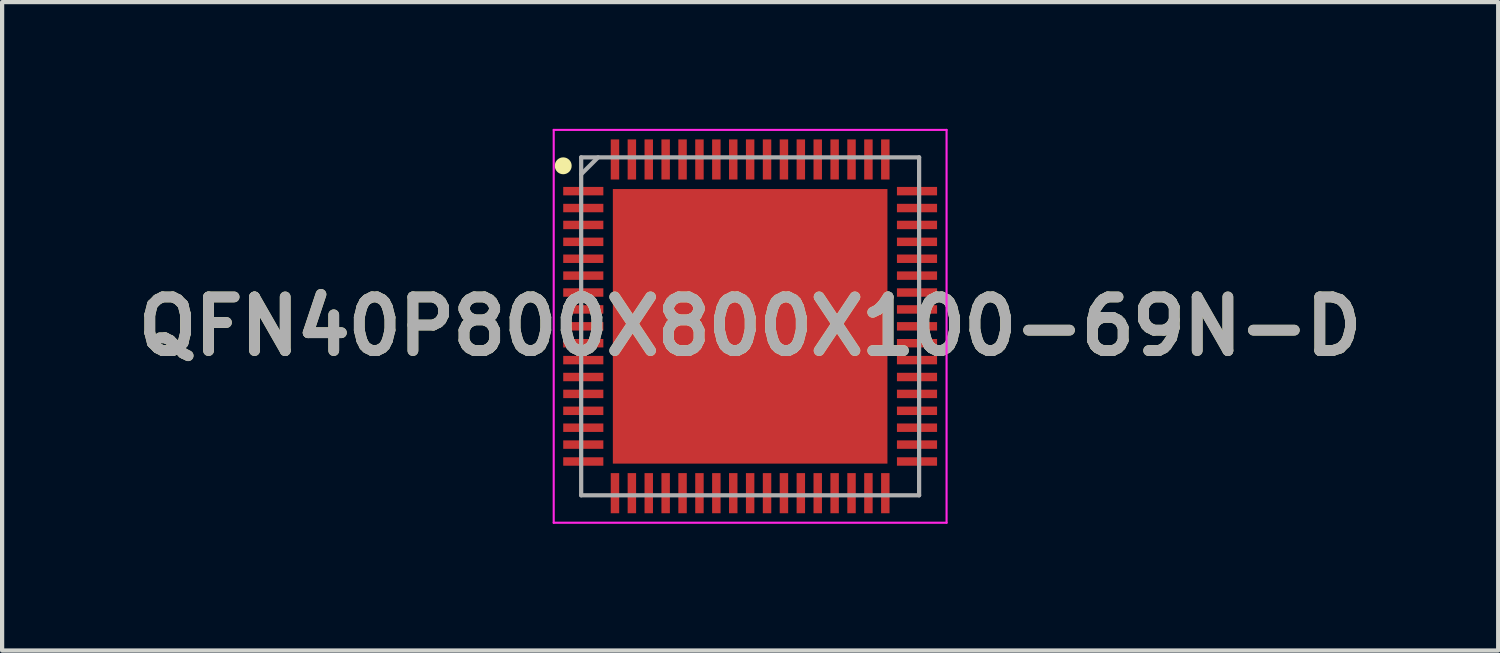
<source format=kicad_pcb>
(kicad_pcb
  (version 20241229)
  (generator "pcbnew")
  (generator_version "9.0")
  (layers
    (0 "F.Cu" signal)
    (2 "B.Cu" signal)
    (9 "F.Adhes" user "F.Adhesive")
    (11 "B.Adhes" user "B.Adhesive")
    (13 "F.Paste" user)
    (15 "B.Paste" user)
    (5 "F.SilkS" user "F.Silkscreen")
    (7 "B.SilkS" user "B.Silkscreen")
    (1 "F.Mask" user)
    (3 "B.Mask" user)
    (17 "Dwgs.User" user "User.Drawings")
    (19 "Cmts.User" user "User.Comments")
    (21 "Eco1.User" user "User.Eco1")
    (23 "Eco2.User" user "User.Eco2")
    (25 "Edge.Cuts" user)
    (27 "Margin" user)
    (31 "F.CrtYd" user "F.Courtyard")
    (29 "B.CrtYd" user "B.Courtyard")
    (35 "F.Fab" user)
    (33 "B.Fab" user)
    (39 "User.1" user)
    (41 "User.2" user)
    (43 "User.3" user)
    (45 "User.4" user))
  (footprint "QFN40P800X800X100-69N-D"
    (layer "F.Cu")
    (at 14.708 4.675)
    (property "Reference" "QFN40P800X800X100-69N-D" (at 0 0 0) (layer "F.SilkS") (effects (font (size 1.27 1.27) (thickness 0.254))))
    (attr smd)
    (fp_circle (center -4.425 -3.8) (end -4.425 -3.7) (stroke (width 0.2) (type solid)) (fill no) (layer "F.SilkS"))
    (fp_line (start -4.65 -4.65) (end 4.65 -4.65) (stroke (width 0.05) (type solid)) (layer "F.CrtYd"))
    (fp_line (start -4.65 4.65) (end -4.65 -4.65) (stroke (width 0.05) (type solid)) (layer "F.CrtYd"))
    (fp_line (start 4.65 -4.65) (end 4.65 4.65) (stroke (width 0.05) (type solid)) (layer "F.CrtYd"))
    (fp_line (start 4.65 4.65) (end -4.65 4.65) (stroke (width 0.05) (type solid)) (layer "F.CrtYd"))
    (fp_line (start -4 -4) (end 4 -4) (stroke (width 0.1) (type solid)) (layer "F.Fab"))
    (fp_line (start -4 -3.6) (end -3.6 -4) (stroke (width 0.1) (type solid)) (layer "F.Fab"))
    (fp_line (start -4 4) (end -4 -4) (stroke (width 0.1) (type solid)) (layer "F.Fab"))
    (fp_line (start 4 -4) (end 4 4) (stroke (width 0.1) (type solid)) (layer "F.Fab"))
    (fp_line (start 4 4) (end -4 4) (stroke (width 0.1) (type solid)) (layer "F.Fab"))
    (fp_text user "${REFERENCE}" (at 0 0 0) (layer "F.Fab") (effects (font (size 1.27 1.27) (thickness 0.254))))
    (pad "1" smd rect (at -3.95 -3.2 90) (size 0.2 0.95) (layers "F.Cu" "F.Mask" "F.Paste"))
    (pad "2" smd rect (at -3.95 -2.8 90) (size 0.2 0.95) (layers "F.Cu" "F.Mask" "F.Paste"))
    (pad "3" smd rect (at -3.95 -2.4 90) (size 0.2 0.95) (layers "F.Cu" "F.Mask" "F.Paste"))
    (pad "4" smd rect (at -3.95 -2 90) (size 0.2 0.95) (layers "F.Cu" "F.Mask" "F.Paste"))
    (pad "5" smd rect (at -3.95 -1.6 90) (size 0.2 0.95) (layers "F.Cu" "F.Mask" "F.Paste"))
    (pad "6" smd rect (at -3.95 -1.2 90) (size 0.2 0.95) (layers "F.Cu" "F.Mask" "F.Paste"))
    (pad "7" smd rect (at -3.95 -0.8 90) (size 0.2 0.95) (layers "F.Cu" "F.Mask" "F.Paste"))
    (pad "8" smd rect (at -3.95 -0.4 90) (size 0.2 0.95) (layers "F.Cu" "F.Mask" "F.Paste"))
    (pad "9" smd rect (at -3.95 0 90) (size 0.2 0.95) (layers "F.Cu" "F.Mask" "F.Paste"))
    (pad "10" smd rect (at -3.95 0.4 90) (size 0.2 0.95) (layers "F.Cu" "F.Mask" "F.Paste"))
    (pad "11" smd rect (at -3.95 0.8 90) (size 0.2 0.95) (layers "F.Cu" "F.Mask" "F.Paste"))
    (pad "12" smd rect (at -3.95 1.2 90) (size 0.2 0.95) (layers "F.Cu" "F.Mask" "F.Paste"))
    (pad "13" smd rect (at -3.95 1.6 90) (size 0.2 0.95) (layers "F.Cu" "F.Mask" "F.Paste"))
    (pad "14" smd rect (at -3.95 2 90) (size 0.2 0.95) (layers "F.Cu" "F.Mask" "F.Paste"))
    (pad "15" smd rect (at -3.95 2.4 90) (size 0.2 0.95) (layers "F.Cu" "F.Mask" "F.Paste"))
    (pad "16" smd rect (at -3.95 2.8 90) (size 0.2 0.95) (layers "F.Cu" "F.Mask" "F.Paste"))
    (pad "17" smd rect (at -3.95 3.2 90) (size 0.2 0.95) (layers "F.Cu" "F.Mask" "F.Paste"))
    (pad "18" smd rect (at -3.2 3.95) (size 0.2 0.95) (layers "F.Cu" "F.Mask" "F.Paste"))
    (pad "19" smd rect (at -2.8 3.95) (size 0.2 0.95) (layers "F.Cu" "F.Mask" "F.Paste"))
    (pad "20" smd rect (at -2.4 3.95) (size 0.2 0.95) (layers "F.Cu" "F.Mask" "F.Paste"))
    (pad "21" smd rect (at -2 3.95) (size 0.2 0.95) (layers "F.Cu" "F.Mask" "F.Paste"))
    (pad "22" smd rect (at -1.6 3.95) (size 0.2 0.95) (layers "F.Cu" "F.Mask" "F.Paste"))
    (pad "23" smd rect (at -1.2 3.95) (size 0.2 0.95) (layers "F.Cu" "F.Mask" "F.Paste"))
    (pad "24" smd rect (at -0.8 3.95) (size 0.2 0.95) (layers "F.Cu" "F.Mask" "F.Paste"))
    (pad "25" smd rect (at -0.4 3.95) (size 0.2 0.95) (layers "F.Cu" "F.Mask" "F.Paste"))
    (pad "26" smd rect (at 0 3.95) (size 0.2 0.95) (layers "F.Cu" "F.Mask" "F.Paste"))
    (pad "27" smd rect (at 0.4 3.95) (size 0.2 0.95) (layers "F.Cu" "F.Mask" "F.Paste"))
    (pad "28" smd rect (at 0.8 3.95) (size 0.2 0.95) (layers "F.Cu" "F.Mask" "F.Paste"))
    (pad "29" smd rect (at 1.2 3.95) (size 0.2 0.95) (layers "F.Cu" "F.Mask" "F.Paste"))
    (pad "30" smd rect (at 1.6 3.95) (size 0.2 0.95) (layers "F.Cu" "F.Mask" "F.Paste"))
    (pad "31" smd rect (at 2 3.95) (size 0.2 0.95) (layers "F.Cu" "F.Mask" "F.Paste"))
    (pad "32" smd rect (at 2.4 3.95) (size 0.2 0.95) (layers "F.Cu" "F.Mask" "F.Paste"))
    (pad "33" smd rect (at 2.8 3.95) (size 0.2 0.95) (layers "F.Cu" "F.Mask" "F.Paste"))
    (pad "34" smd rect (at 3.2 3.95) (size 0.2 0.95) (layers "F.Cu" "F.Mask" "F.Paste"))
    (pad "35" smd rect (at 3.95 3.2 90) (size 0.2 0.95) (layers "F.Cu" "F.Mask" "F.Paste"))
    (pad "36" smd rect (at 3.95 2.8 90) (size 0.2 0.95) (layers "F.Cu" "F.Mask" "F.Paste"))
    (pad "37" smd rect (at 3.95 2.4 90) (size 0.2 0.95) (layers "F.Cu" "F.Mask" "F.Paste"))
    (pad "38" smd rect (at 3.95 2 90) (size 0.2 0.95) (layers "F.Cu" "F.Mask" "F.Paste"))
    (pad "39" smd rect (at 3.95 1.6 90) (size 0.2 0.95) (layers "F.Cu" "F.Mask" "F.Paste"))
    (pad "40" smd rect (at 3.95 1.2 90) (size 0.2 0.95) (layers "F.Cu" "F.Mask" "F.Paste"))
    (pad "41" smd rect (at 3.95 0.8 90) (size 0.2 0.95) (layers "F.Cu" "F.Mask" "F.Paste"))
    (pad "42" smd rect (at 3.95 0.4 90) (size 0.2 0.95) (layers "F.Cu" "F.Mask" "F.Paste"))
    (pad "43" smd rect (at 3.95 0 90) (size 0.2 0.95) (layers "F.Cu" "F.Mask" "F.Paste"))
    (pad "44" smd rect (at 3.95 -0.4 90) (size 0.2 0.95) (layers "F.Cu" "F.Mask" "F.Paste"))
    (pad "45" smd rect (at 3.95 -0.8 90) (size 0.2 0.95) (layers "F.Cu" "F.Mask" "F.Paste"))
    (pad "46" smd rect (at 3.95 -1.2 90) (size 0.2 0.95) (layers "F.Cu" "F.Mask" "F.Paste"))
    (pad "47" smd rect (at 3.95 -1.6 90) (size 0.2 0.95) (layers "F.Cu" "F.Mask" "F.Paste"))
    (pad "48" smd rect (at 3.95 -2 90) (size 0.2 0.95) (layers "F.Cu" "F.Mask" "F.Paste"))
    (pad "49" smd rect (at 3.95 -2.4 90) (size 0.2 0.95) (layers "F.Cu" "F.Mask" "F.Paste"))
    (pad "50" smd rect (at 3.95 -2.8 90) (size 0.2 0.95) (layers "F.Cu" "F.Mask" "F.Paste"))
    (pad "51" smd rect (at 3.95 -3.2 90) (size 0.2 0.95) (layers "F.Cu" "F.Mask" "F.Paste"))
    (pad "52" smd rect (at 3.2 -3.95) (size 0.2 0.95) (layers "F.Cu" "F.Mask" "F.Paste"))
    (pad "53" smd rect (at 2.8 -3.95) (size 0.2 0.95) (layers "F.Cu" "F.Mask" "F.Paste"))
    (pad "54" smd rect (at 2.4 -3.95) (size 0.2 0.95) (layers "F.Cu" "F.Mask" "F.Paste"))
    (pad "55" smd rect (at 2 -3.95) (size 0.2 0.95) (layers "F.Cu" "F.Mask" "F.Paste"))
    (pad "56" smd rect (at 1.6 -3.95) (size 0.2 0.95) (layers "F.Cu" "F.Mask" "F.Paste"))
    (pad "57" smd rect (at 1.2 -3.95) (size 0.2 0.95) (layers "F.Cu" "F.Mask" "F.Paste"))
    (pad "58" smd rect (at 0.8 -3.95) (size 0.2 0.95) (layers "F.Cu" "F.Mask" "F.Paste"))
    (pad "59" smd rect (at 0.4 -3.95) (size 0.2 0.95) (layers "F.Cu" "F.Mask" "F.Paste"))
    (pad "60" smd rect (at 0 -3.95) (size 0.2 0.95) (layers "F.Cu" "F.Mask" "F.Paste"))
    (pad "61" smd rect (at -0.4 -3.95) (size 0.2 0.95) (layers "F.Cu" "F.Mask" "F.Paste"))
    (pad "62" smd rect (at -0.8 -3.95) (size 0.2 0.95) (layers "F.Cu" "F.Mask" "F.Paste"))
    (pad "63" smd rect (at -1.2 -3.95) (size 0.2 0.95) (layers "F.Cu" "F.Mask" "F.Paste"))
    (pad "64" smd rect (at -1.6 -3.95) (size 0.2 0.95) (layers "F.Cu" "F.Mask" "F.Paste"))
    (pad "65" smd rect (at -2 -3.95) (size 0.2 0.95) (layers "F.Cu" "F.Mask" "F.Paste"))
    (pad "66" smd rect (at -2.4 -3.95) (size 0.2 0.95) (layers "F.Cu" "F.Mask" "F.Paste"))
    (pad "67" smd rect (at -2.8 -3.95) (size 0.2 0.95) (layers "F.Cu" "F.Mask" "F.Paste"))
    (pad "68" smd rect (at -3.2 -3.95) (size 0.2 0.95) (layers "F.Cu" "F.Mask" "F.Paste"))
    (pad "69" smd rect (at 0 0) (size 6.5 6.5) (layers "F.Cu" "F.Mask" "F.Paste")))
  (gr_rect
    (start -3 -3)
    (end 32.416 12.35)
    (stroke (width 0.1) (type default))
    (fill no)
    (layer "Edge.Cuts")))
</source>
